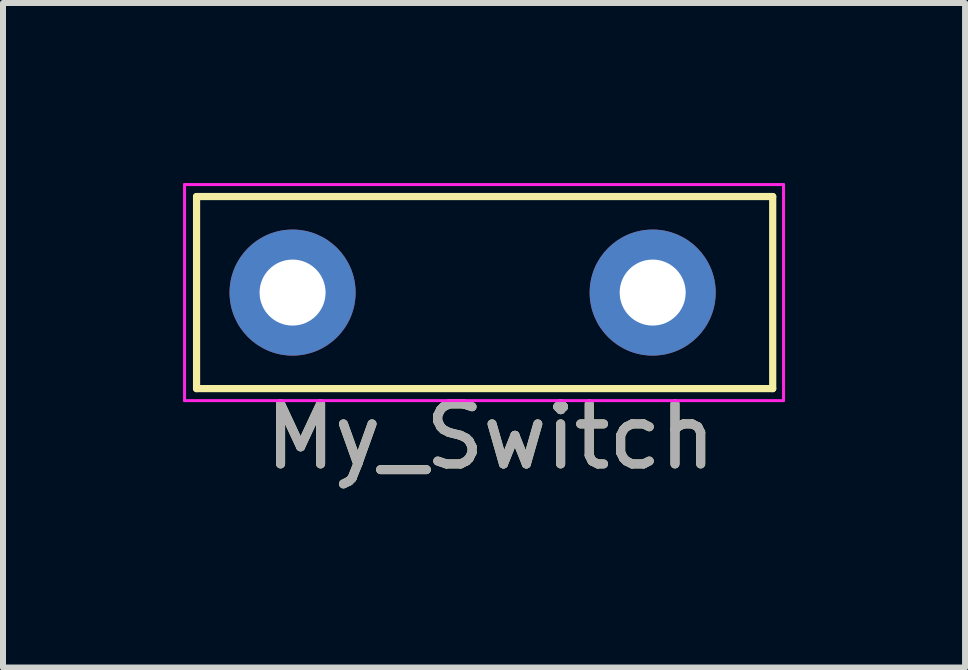
<source format=kicad_pcb>
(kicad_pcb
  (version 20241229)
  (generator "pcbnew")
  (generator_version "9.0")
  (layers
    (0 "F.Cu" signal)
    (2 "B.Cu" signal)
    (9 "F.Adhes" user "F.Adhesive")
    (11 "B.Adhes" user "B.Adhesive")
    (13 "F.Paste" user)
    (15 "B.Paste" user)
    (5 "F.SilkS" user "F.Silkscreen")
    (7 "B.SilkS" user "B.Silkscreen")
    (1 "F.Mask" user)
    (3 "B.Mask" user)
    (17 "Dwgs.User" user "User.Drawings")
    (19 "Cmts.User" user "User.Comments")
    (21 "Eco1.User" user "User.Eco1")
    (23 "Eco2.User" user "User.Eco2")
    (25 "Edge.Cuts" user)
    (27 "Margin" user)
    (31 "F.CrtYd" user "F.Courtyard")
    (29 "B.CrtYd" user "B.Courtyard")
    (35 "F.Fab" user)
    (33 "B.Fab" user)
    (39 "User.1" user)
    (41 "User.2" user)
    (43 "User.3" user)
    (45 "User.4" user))
  (footprint "My_Switch"
    (layer "F.Cu")
    (at 1.825 1.825)
    (property "Reference" "My_Switch" (at 3.3 2.4 180) (layer "F.SilkS") (effects (font (size 1 1) (thickness 0.15))))
    (attr through_hole)
    (fp_line (start -1.6 -1.6) (end 8 -1.6) (stroke (width 0.12) (type solid)) (layer "F.SilkS"))
    (fp_line (start -1.6 1.6) (end -1.6 -1.6) (stroke (width 0.12) (type solid)) (layer "F.SilkS"))
    (fp_line (start 8 -1.6) (end 8 1.6) (stroke (width 0.12) (type solid)) (layer "F.SilkS"))
    (fp_line (start 8 1.6) (end -1.6 1.6) (stroke (width 0.12) (type solid)) (layer "F.SilkS"))
    (fp_line (start -1.8 -1.8) (end -1.8 1.8) (stroke (width 0.05) (type solid)) (layer "F.CrtYd"))
    (fp_line (start -1.8 -1.8) (end 8.18 -1.8) (stroke (width 0.05) (type solid)) (layer "F.CrtYd"))
    (fp_line (start 8.18 1.8) (end -1.8 1.8) (stroke (width 0.05) (type solid)) (layer "F.CrtYd"))
    (fp_line (start 8.18 1.8) (end 8.18 -1.8) (stroke (width 0.05) (type solid)) (layer "F.CrtYd"))
    (fp_text user "${REFERENCE}" (at 3.3 2.4 180) (layer "F.Fab") (effects (font (size 1 1) (thickness 0.15))))
    (pad "1" thru_hole circle (at 0 0) (size 2.1 2.1) (drill 1.1) (layers "*.Cu" "*.Mask"))
    (pad "2" thru_hole circle (at 6 0) (size 2.1 2.1) (drill 1.1) (layers "*.Cu" "*.Mask")))
  (gr_rect
    (start -3 -3)
    (end 13.03 8.073)
    (stroke (width 0.1) (type default))
    (fill no)
    (layer "Edge.Cuts")))
</source>
